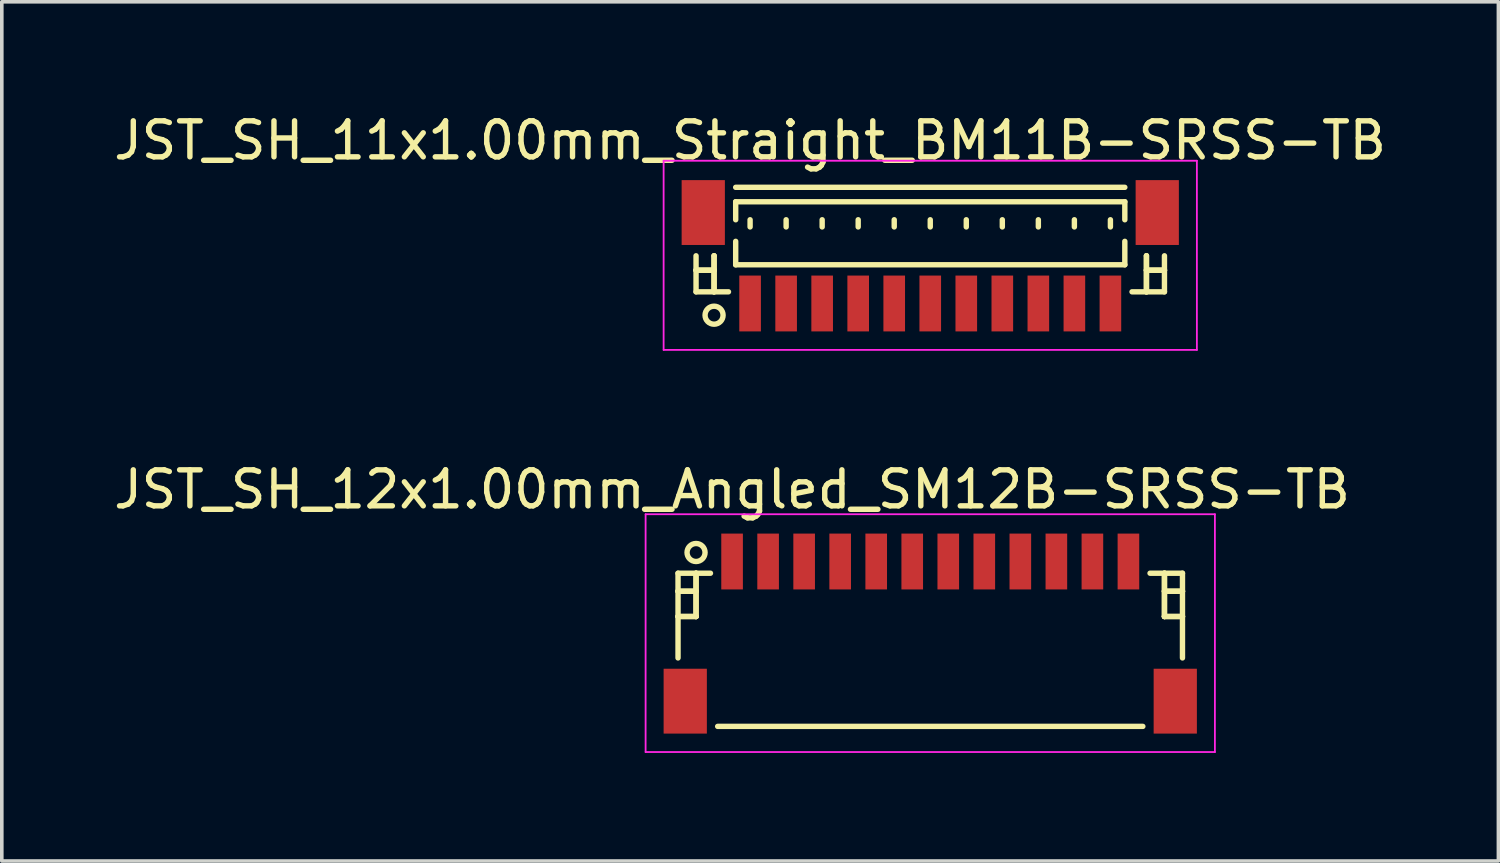
<source format=kicad_pcb>
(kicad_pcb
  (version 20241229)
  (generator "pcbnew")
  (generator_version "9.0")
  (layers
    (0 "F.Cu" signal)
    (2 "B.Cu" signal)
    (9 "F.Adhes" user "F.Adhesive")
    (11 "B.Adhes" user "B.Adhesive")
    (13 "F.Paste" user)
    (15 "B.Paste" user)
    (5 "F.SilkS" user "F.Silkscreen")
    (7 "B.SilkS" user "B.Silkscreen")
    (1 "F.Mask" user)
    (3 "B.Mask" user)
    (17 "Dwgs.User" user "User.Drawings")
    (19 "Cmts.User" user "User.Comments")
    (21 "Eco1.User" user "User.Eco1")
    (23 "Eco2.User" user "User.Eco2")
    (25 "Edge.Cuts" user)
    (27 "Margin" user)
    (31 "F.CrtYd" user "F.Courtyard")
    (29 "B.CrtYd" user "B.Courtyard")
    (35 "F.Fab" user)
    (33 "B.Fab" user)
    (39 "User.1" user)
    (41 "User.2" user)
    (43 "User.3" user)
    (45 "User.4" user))
  (footprint "JST_SH_12x1.00mm_Angled_SM12B-SRSS-TB"
    (layer "F.Cu")
    (at 22.768 14.472)
    (property "Reference" "JST_SH_12x1.00mm_Angled_SM12B-SRSS-TB" (at -5.5 -3.938 0) (layer "F.SilkS") (effects (font (size 1 1) (thickness 0.15))))
    (attr smd)
    (fp_line (start -7 -1.613) (end -6.1 -1.613) (stroke (width 0.15) (type solid)) (layer "F.SilkS"))
    (fp_line (start -7 -1.113) (end -7 -1.113) (stroke (width 0.15) (type solid)) (layer "F.SilkS"))
    (fp_line (start -7 -1.113) (end -6.5 -1.113) (stroke (width 0.15) (type solid)) (layer "F.SilkS"))
    (fp_line (start -7 -0.412) (end -7 -0.412) (stroke (width 0.15) (type solid)) (layer "F.SilkS"))
    (fp_line (start -7 -0.412) (end -6.5 -0.412) (stroke (width 0.15) (type solid)) (layer "F.SilkS"))
    (fp_line (start -7 0.738) (end -7 -1.613) (stroke (width 0.15) (type solid)) (layer "F.SilkS"))
    (fp_line (start -6.5 -1.613) (end -6.5 -1.613) (stroke (width 0.15) (type solid)) (layer "F.SilkS"))
    (fp_line (start -6.5 -1.613) (end -6.5 -0.412) (stroke (width 0.15) (type solid)) (layer "F.SilkS"))
    (fp_line (start -6.5 -1.113) (end -7 -1.113) (stroke (width 0.15) (type solid)) (layer "F.SilkS"))
    (fp_line (start -6.5 -1.113) (end -6.5 -1.113) (stroke (width 0.15) (type solid)) (layer "F.SilkS"))
    (fp_line (start -6.5 -0.412) (end -7 -0.412) (stroke (width 0.15) (type solid)) (layer "F.SilkS"))
    (fp_line (start -6.5 -0.412) (end -6.5 -1.613) (stroke (width 0.15) (type solid)) (layer "F.SilkS"))
    (fp_line (start -6.5 -0.412) (end -6.5 -0.412) (stroke (width 0.15) (type solid)) (layer "F.SilkS"))
    (fp_line (start -6.5 -0.412) (end -6.5 -0.412) (stroke (width 0.15) (type solid)) (layer "F.SilkS"))
    (fp_line (start -5.9 2.638) (end 5.9 2.638) (stroke (width 0.15) (type solid)) (layer "F.SilkS"))
    (fp_line (start 6.5 -1.613) (end 6.5 -1.613) (stroke (width 0.15) (type solid)) (layer "F.SilkS"))
    (fp_line (start 6.5 -1.613) (end 6.5 -0.412) (stroke (width 0.15) (type solid)) (layer "F.SilkS"))
    (fp_line (start 6.5 -1.113) (end 6.5 -1.113) (stroke (width 0.15) (type solid)) (layer "F.SilkS"))
    (fp_line (start 6.5 -1.113) (end 7 -1.113) (stroke (width 0.15) (type solid)) (layer "F.SilkS"))
    (fp_line (start 6.5 -0.412) (end 6.5 -1.613) (stroke (width 0.15) (type solid)) (layer "F.SilkS"))
    (fp_line (start 6.5 -0.412) (end 6.5 -0.412) (stroke (width 0.15) (type solid)) (layer "F.SilkS"))
    (fp_line (start 6.5 -0.412) (end 6.5 -0.412) (stroke (width 0.15) (type solid)) (layer "F.SilkS"))
    (fp_line (start 6.5 -0.412) (end 7 -0.412) (stroke (width 0.15) (type solid)) (layer "F.SilkS"))
    (fp_line (start 7 -1.613) (end 6.1 -1.613) (stroke (width 0.15) (type solid)) (layer "F.SilkS"))
    (fp_line (start 7 -1.113) (end 6.5 -1.113) (stroke (width 0.15) (type solid)) (layer "F.SilkS"))
    (fp_line (start 7 -1.113) (end 7 -1.113) (stroke (width 0.15) (type solid)) (layer "F.SilkS"))
    (fp_line (start 7 -0.412) (end 6.5 -0.412) (stroke (width 0.15) (type solid)) (layer "F.SilkS"))
    (fp_line (start 7 -0.412) (end 7 -0.412) (stroke (width 0.15) (type solid)) (layer "F.SilkS"))
    (fp_line (start 7 0.738) (end 7 -1.613) (stroke (width 0.15) (type solid)) (layer "F.SilkS"))
    (fp_circle (center -6.5 -2.188) (end -6.25 -2.188) (stroke (width 0.15) (type solid)) (fill no) (layer "F.SilkS"))
    (fp_line (start -7.9 -3.25) (end 7.9 -3.25) (stroke (width 0.05) (type solid)) (layer "F.CrtYd"))
    (fp_line (start -7.9 3.35) (end -7.9 -3.25) (stroke (width 0.05) (type solid)) (layer "F.CrtYd"))
    (fp_line (start 7.9 -3.25) (end 7.9 3.35) (stroke (width 0.05) (type solid)) (layer "F.CrtYd"))
    (fp_line (start 7.9 3.35) (end -7.9 3.35) (stroke (width 0.05) (type solid)) (layer "F.CrtYd"))
    (pad "" smd rect (at -6.8 1.938) (size 1.2 1.8) (layers "F.Cu" "F.Mask" "F.Paste"))
    (pad "" smd rect (at 6.8 1.938) (size 1.2 1.8) (layers "F.Cu" "F.Mask" "F.Paste"))
    (pad "1" smd rect (at -5.5 -1.938) (size 0.6 1.55) (layers "F.Cu" "F.Mask" "F.Paste"))
    (pad "2" smd rect (at -4.5 -1.938) (size 0.6 1.55) (layers "F.Cu" "F.Mask" "F.Paste"))
    (pad "3" smd rect (at -3.5 -1.938) (size 0.6 1.55) (layers "F.Cu" "F.Mask" "F.Paste"))
    (pad "4" smd rect (at -2.5 -1.938) (size 0.6 1.55) (layers "F.Cu" "F.Mask" "F.Paste"))
    (pad "5" smd rect (at -1.5 -1.938) (size 0.6 1.55) (layers "F.Cu" "F.Mask" "F.Paste"))
    (pad "6" smd rect (at -0.5 -1.938) (size 0.6 1.55) (layers "F.Cu" "F.Mask" "F.Paste"))
    (pad "7" smd rect (at 0.5 -1.938) (size 0.6 1.55) (layers "F.Cu" "F.Mask" "F.Paste"))
    (pad "8" smd rect (at 1.5 -1.938) (size 0.6 1.55) (layers "F.Cu" "F.Mask" "F.Paste"))
    (pad "9" smd rect (at 2.5 -1.938) (size 0.6 1.55) (layers "F.Cu" "F.Mask" "F.Paste"))
    (pad "10" smd rect (at 3.5 -1.938) (size 0.6 1.55) (layers "F.Cu" "F.Mask" "F.Paste"))
    (pad "11" smd rect (at 4.5 -1.938) (size 0.6 1.55) (layers "F.Cu" "F.Mask" "F.Paste"))
    (pad "12" smd rect (at 5.5 -1.938) (size 0.6 1.55) (layers "F.Cu" "F.Mask" "F.Paste")))
  (footprint "JST_SH_11x1.00mm_Straight_BM11B-SRSS-TB"
    (layer "F.Cu")
    (at 22.768 4.111)
    (property "Reference" "JST_SH_11x1.00mm_Straight_BM11B-SRSS-TB" (at -5 -3.263 0) (layer "F.SilkS") (effects (font (size 1 1) (thickness 0.15))))
    (attr smd)
    (fp_line (start -6.5 -0.062) (end -6.5 0.938) (stroke (width 0.15) (type solid)) (layer "F.SilkS"))
    (fp_line (start -6.5 0.338) (end -6.5 0.338) (stroke (width 0.15) (type solid)) (layer "F.SilkS"))
    (fp_line (start -6.5 0.338) (end -6 0.338) (stroke (width 0.15) (type solid)) (layer "F.SilkS"))
    (fp_line (start -6.5 0.938) (end -5.6 0.938) (stroke (width 0.15) (type solid)) (layer "F.SilkS"))
    (fp_line (start -6 -0.062) (end -6 -0.062) (stroke (width 0.15) (type solid)) (layer "F.SilkS"))
    (fp_line (start -6 -0.062) (end -6 0.938) (stroke (width 0.15) (type solid)) (layer "F.SilkS"))
    (fp_line (start -6 0.338) (end -6.5 0.338) (stroke (width 0.15) (type solid)) (layer "F.SilkS"))
    (fp_line (start -6 0.338) (end -6 0.338) (stroke (width 0.15) (type solid)) (layer "F.SilkS"))
    (fp_line (start -6 0.938) (end -6 -0.062) (stroke (width 0.15) (type solid)) (layer "F.SilkS"))
    (fp_line (start -6 0.938) (end -6 0.938) (stroke (width 0.15) (type solid)) (layer "F.SilkS"))
    (fp_line (start -5.4 -1.962) (end 5.4 -1.962) (stroke (width 0.15) (type solid)) (layer "F.SilkS"))
    (fp_line (start -5.4 -1.562) (end 5.4 -1.562) (stroke (width 0.15) (type solid)) (layer "F.SilkS"))
    (fp_line (start -5.4 -1.062) (end -5.4 -1.562) (stroke (width 0.15) (type solid)) (layer "F.SilkS"))
    (fp_line (start -5.4 -0.463) (end -5.4 0.188) (stroke (width 0.15) (type solid)) (layer "F.SilkS"))
    (fp_line (start -5.4 0.188) (end 5.4 0.188) (stroke (width 0.15) (type solid)) (layer "F.SilkS"))
    (fp_line (start -5 -1.062) (end -5 -0.863) (stroke (width 0.15) (type solid)) (layer "F.SilkS"))
    (fp_line (start -4 -1.062) (end -4 -0.863) (stroke (width 0.15) (type solid)) (layer "F.SilkS"))
    (fp_line (start -3 -1.062) (end -3 -0.863) (stroke (width 0.15) (type solid)) (layer "F.SilkS"))
    (fp_line (start -2 -1.062) (end -2 -0.863) (stroke (width 0.15) (type solid)) (layer "F.SilkS"))
    (fp_line (start -1 -1.062) (end -1 -0.863) (stroke (width 0.15) (type solid)) (layer "F.SilkS"))
    (fp_line (start 0 -1.062) (end 0 -0.863) (stroke (width 0.15) (type solid)) (layer "F.SilkS"))
    (fp_line (start 1 -1.062) (end 1 -0.863) (stroke (width 0.15) (type solid)) (layer "F.SilkS"))
    (fp_line (start 2 -1.062) (end 2 -0.863) (stroke (width 0.15) (type solid)) (layer "F.SilkS"))
    (fp_line (start 3 -1.062) (end 3 -0.863) (stroke (width 0.15) (type solid)) (layer "F.SilkS"))
    (fp_line (start 4 -1.062) (end 4 -0.863) (stroke (width 0.15) (type solid)) (layer "F.SilkS"))
    (fp_line (start 5 -1.062) (end 5 -0.863) (stroke (width 0.15) (type solid)) (layer "F.SilkS"))
    (fp_line (start 5.4 -1.562) (end 5.4 -1.062) (stroke (width 0.15) (type solid)) (layer "F.SilkS"))
    (fp_line (start 5.4 0.188) (end 5.4 -0.463) (stroke (width 0.15) (type solid)) (layer "F.SilkS"))
    (fp_line (start 6 -0.062) (end 6 -0.062) (stroke (width 0.15) (type solid)) (layer "F.SilkS"))
    (fp_line (start 6 -0.062) (end 6 0.938) (stroke (width 0.15) (type solid)) (layer "F.SilkS"))
    (fp_line (start 6 0.338) (end 6 0.338) (stroke (width 0.15) (type solid)) (layer "F.SilkS"))
    (fp_line (start 6 0.338) (end 6.5 0.338) (stroke (width 0.15) (type solid)) (layer "F.SilkS"))
    (fp_line (start 6 0.938) (end 6 -0.062) (stroke (width 0.15) (type solid)) (layer "F.SilkS"))
    (fp_line (start 6 0.938) (end 6 0.938) (stroke (width 0.15) (type solid)) (layer "F.SilkS"))
    (fp_line (start 6.5 -0.062) (end 6.5 0.938) (stroke (width 0.15) (type solid)) (layer "F.SilkS"))
    (fp_line (start 6.5 0.338) (end 6 0.338) (stroke (width 0.15) (type solid)) (layer "F.SilkS"))
    (fp_line (start 6.5 0.338) (end 6.5 0.338) (stroke (width 0.15) (type solid)) (layer "F.SilkS"))
    (fp_line (start 6.5 0.938) (end 5.6 0.938) (stroke (width 0.15) (type solid)) (layer "F.SilkS"))
    (fp_circle (center -6 1.587) (end -5.75 1.587) (stroke (width 0.15) (type solid)) (fill no) (layer "F.SilkS"))
    (fp_line (start -7.4 -2.7) (end 7.4 -2.7) (stroke (width 0.05) (type solid)) (layer "F.CrtYd"))
    (fp_line (start -7.4 2.55) (end -7.4 -2.7) (stroke (width 0.05) (type solid)) (layer "F.CrtYd"))
    (fp_line (start 7.4 -2.7) (end 7.4 2.55) (stroke (width 0.05) (type solid)) (layer "F.CrtYd"))
    (fp_line (start 7.4 2.55) (end -7.4 2.55) (stroke (width 0.05) (type solid)) (layer "F.CrtYd"))
    (pad "" smd rect (at -6.3 -1.262) (size 1.2 1.8) (layers "F.Cu" "F.Mask" "F.Paste"))
    (pad "" smd rect (at 6.3 -1.262) (size 1.2 1.8) (layers "F.Cu" "F.Mask" "F.Paste"))
    (pad "1" smd rect (at -5 1.262) (size 0.6 1.55) (layers "F.Cu" "F.Mask" "F.Paste"))
    (pad "2" smd rect (at -4 1.262) (size 0.6 1.55) (layers "F.Cu" "F.Mask" "F.Paste"))
    (pad "3" smd rect (at -3 1.262) (size 0.6 1.55) (layers "F.Cu" "F.Mask" "F.Paste"))
    (pad "4" smd rect (at -2 1.262) (size 0.6 1.55) (layers "F.Cu" "F.Mask" "F.Paste"))
    (pad "5" smd rect (at -1 1.262) (size 0.6 1.55) (layers "F.Cu" "F.Mask" "F.Paste"))
    (pad "6" smd rect (at 0 1.262) (size 0.6 1.55) (layers "F.Cu" "F.Mask" "F.Paste"))
    (pad "7" smd rect (at 1 1.262) (size 0.6 1.55) (layers "F.Cu" "F.Mask" "F.Paste"))
    (pad "8" smd rect (at 2 1.262) (size 0.6 1.55) (layers "F.Cu" "F.Mask" "F.Paste"))
    (pad "9" smd rect (at 3 1.262) (size 0.6 1.55) (layers "F.Cu" "F.Mask" "F.Paste"))
    (pad "10" smd rect (at 4 1.262) (size 0.6 1.55) (layers "F.Cu" "F.Mask" "F.Paste"))
    (pad "11" smd rect (at 5 1.262) (size 0.6 1.55) (layers "F.Cu" "F.Mask" "F.Paste")))
  (gr_rect
    (start -3 -3)
    (end 38.536 20.846)
    (stroke (width 0.1) (type default))
    (fill no)
    (layer "Edge.Cuts")))
</source>
